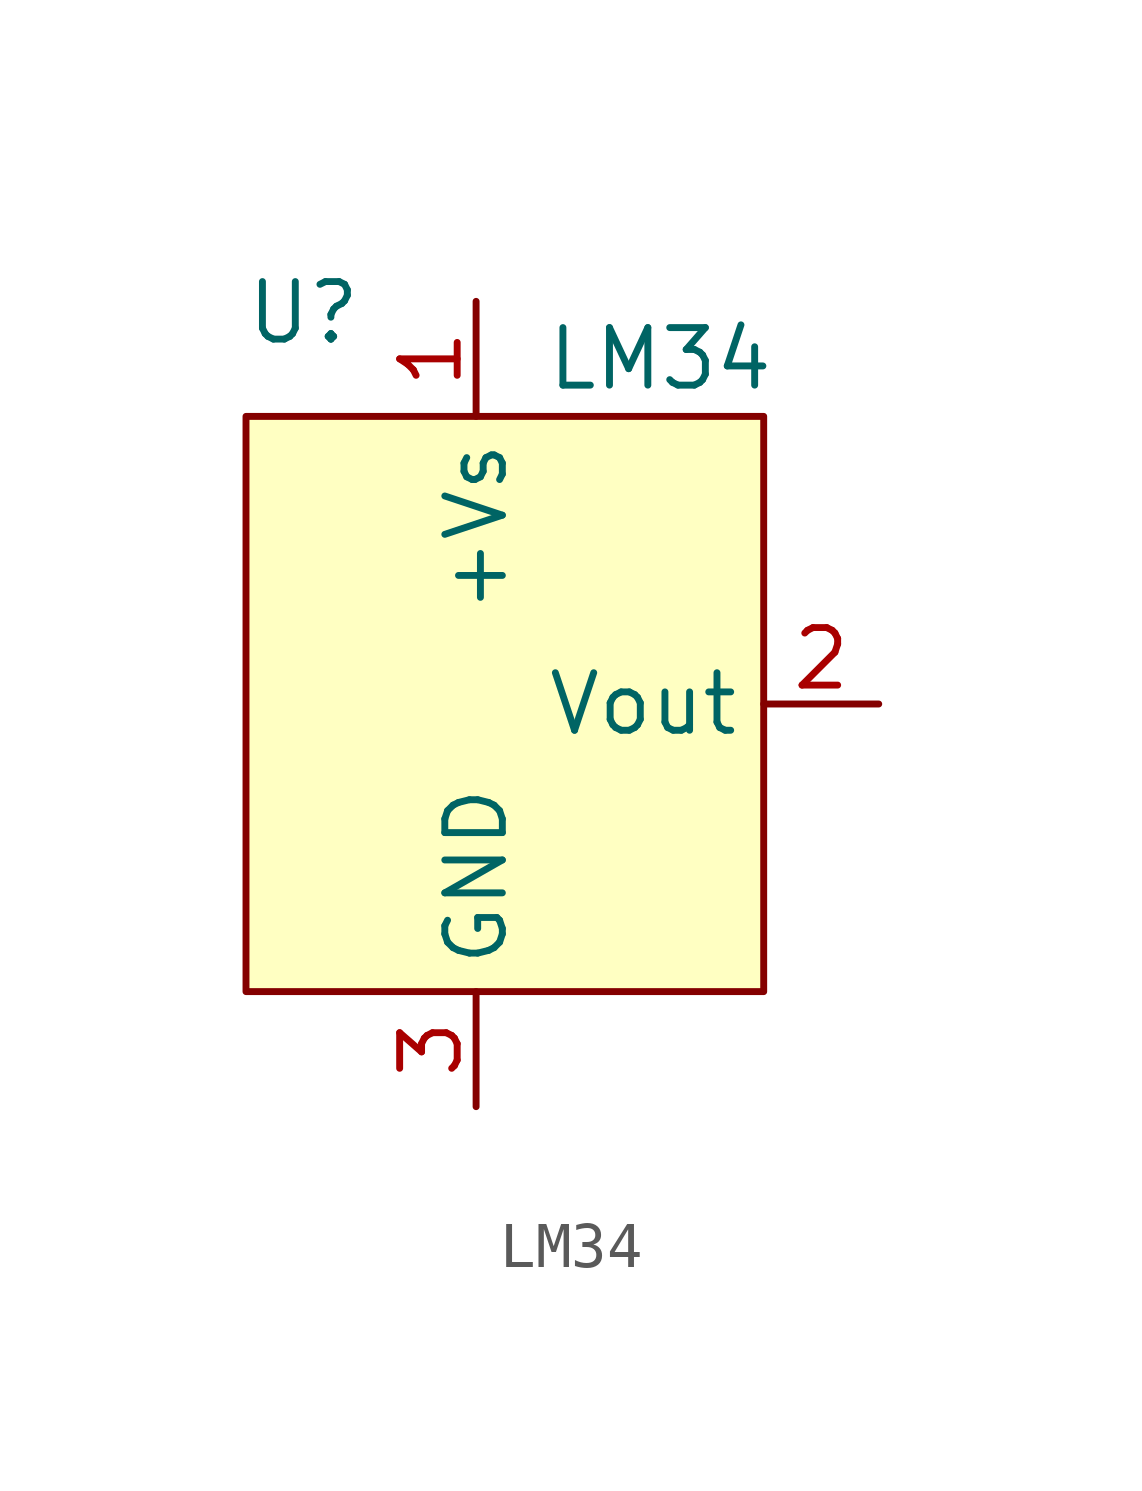
<source format=kicad_sym>
(kicad_symbol_lib
  (version 20231120)
  (generator "kicad_symbol_editor")
  (generator_version "8.0")
  (symbol "LM34"
    (property "Reference" "U"
      (at -3.81 2.286 0)
      (effects (font (size 1.27 1.27))))
    (property "Value" "LM34"
      (at 4.064 1.27 0)
      (effects (font (size 1.27 1.27))))
    (symbol "LM34_1_1"
      (rectangle (start -5.08 0) (end 6.35 -12.7) (stroke (width 0) (type default)) (fill (type background)))
      (pin input line (at 0 2.54 270) (length 2.54) (name "+Vs" (effects (font (size 1.27 1.27)))) (number "1" (effects (font (size 1.27 1.27)))))
      (pin input line (at 8.89 -6.35 180) (length 2.54) (name "Vout" (effects (font (size 1.27 1.27)))) (number "2" (effects (font (size 1.27 1.27)))))
      (pin input line (at 0 -15.24 90) (length 2.54) (name "GND" (effects (font (size 1.27 1.27)))) (number "3" (effects (font (size 1.27 1.27))))))))
</source>
